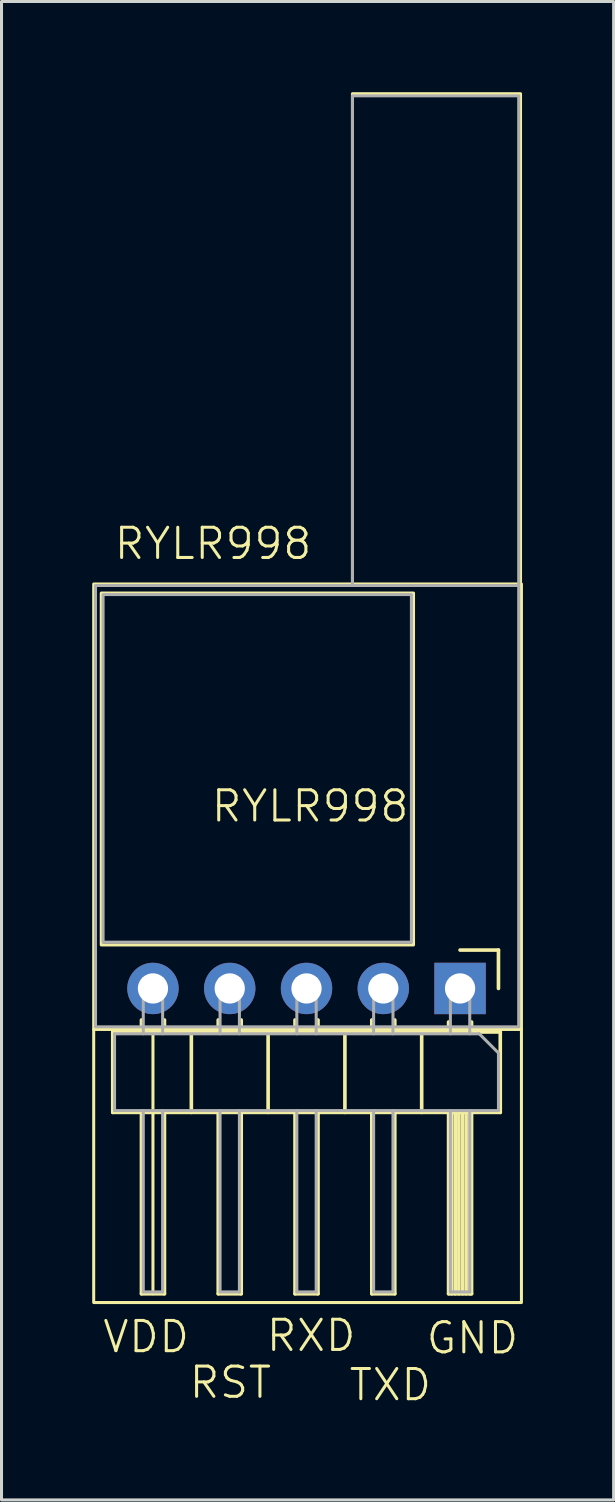
<source format=kicad_pcb>
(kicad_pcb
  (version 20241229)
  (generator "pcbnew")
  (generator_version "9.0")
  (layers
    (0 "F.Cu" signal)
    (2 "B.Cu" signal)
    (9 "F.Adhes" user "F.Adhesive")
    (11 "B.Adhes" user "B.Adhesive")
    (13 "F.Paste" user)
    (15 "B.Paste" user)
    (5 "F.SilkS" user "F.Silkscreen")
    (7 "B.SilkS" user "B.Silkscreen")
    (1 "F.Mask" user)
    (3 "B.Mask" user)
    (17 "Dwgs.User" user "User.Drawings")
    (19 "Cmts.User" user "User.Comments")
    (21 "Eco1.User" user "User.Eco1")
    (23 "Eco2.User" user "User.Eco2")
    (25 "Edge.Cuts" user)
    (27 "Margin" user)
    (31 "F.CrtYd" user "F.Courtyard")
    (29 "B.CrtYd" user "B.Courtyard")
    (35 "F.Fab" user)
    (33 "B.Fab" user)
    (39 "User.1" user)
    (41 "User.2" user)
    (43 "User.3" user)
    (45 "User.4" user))
  (footprint "RYLR998"
    (layer "F.Cu")
    (at 7.21 24.12)
    (property "Reference" "RYLR998" (at 0 -0.5 0) (unlocked yes) (layer "F.SilkS") (effects (font (size 1 1) (thickness 0.1))))
    (attr through_hole)
    (fp_line (start -6.53 6.97) (end -6.53 9.63) (stroke (width 0.12) (type solid)) (layer "F.SilkS"))
    (fp_line (start -6.53 9.63) (end 6.29 9.63) (stroke (width 0.12) (type solid)) (layer "F.SilkS"))
    (fp_line (start -5.58 6.573) (end -5.58 6.97) (stroke (width 0.12) (type solid)) (layer "F.SilkS"))
    (fp_line (start -5.58 15.63) (end -5.58 9.63) (stroke (width 0.12) (type solid)) (layer "F.SilkS"))
    (fp_line (start -5.2 15.63) (end -5.2 6.97) (stroke (width 0.1) (type default)) (layer "F.SilkS"))
    (fp_line (start -4.82 6.573) (end -4.82 6.97) (stroke (width 0.12) (type solid)) (layer "F.SilkS"))
    (fp_line (start -4.82 9.63) (end -4.82 15.63) (stroke (width 0.12) (type solid)) (layer "F.SilkS"))
    (fp_line (start -4.82 15.63) (end -5.58 15.63) (stroke (width 0.12) (type solid)) (layer "F.SilkS"))
    (fp_line (start -3.93 6.97) (end -3.93 9.63) (stroke (width 0.12) (type solid)) (layer "F.SilkS"))
    (fp_line (start -3.04 6.573) (end -3.04 6.97) (stroke (width 0.12) (type solid)) (layer "F.SilkS"))
    (fp_line (start -3.04 15.63) (end -3.04 9.63) (stroke (width 0.12) (type solid)) (layer "F.SilkS"))
    (fp_line (start -2.28 6.573) (end -2.28 6.97) (stroke (width 0.12) (type solid)) (layer "F.SilkS"))
    (fp_line (start -2.28 9.63) (end -2.28 15.63) (stroke (width 0.12) (type solid)) (layer "F.SilkS"))
    (fp_line (start -2.28 15.63) (end -3.04 15.63) (stroke (width 0.12) (type solid)) (layer "F.SilkS"))
    (fp_line (start -1.39 6.97) (end -1.39 9.63) (stroke (width 0.12) (type solid)) (layer "F.SilkS"))
    (fp_line (start -0.5 6.573) (end -0.5 6.97) (stroke (width 0.12) (type solid)) (layer "F.SilkS"))
    (fp_line (start -0.5 15.63) (end -0.5 9.63) (stroke (width 0.12) (type solid)) (layer "F.SilkS"))
    (fp_line (start 0.26 6.573) (end 0.26 6.97) (stroke (width 0.12) (type solid)) (layer "F.SilkS"))
    (fp_line (start 0.26 9.63) (end 0.26 15.63) (stroke (width 0.12) (type solid)) (layer "F.SilkS"))
    (fp_line (start 0.26 15.63) (end -0.5 15.63) (stroke (width 0.12) (type solid)) (layer "F.SilkS"))
    (fp_line (start 1.15 6.97) (end 1.15 9.63) (stroke (width 0.12) (type solid)) (layer "F.SilkS"))
    (fp_line (start 2.04 6.573) (end 2.04 6.97) (stroke (width 0.12) (type solid)) (layer "F.SilkS"))
    (fp_line (start 2.04 15.63) (end 2.04 9.63) (stroke (width 0.12) (type solid)) (layer "F.SilkS"))
    (fp_line (start 2.8 6.573) (end 2.8 6.97) (stroke (width 0.12) (type solid)) (layer "F.SilkS"))
    (fp_line (start 2.8 9.63) (end 2.8 15.63) (stroke (width 0.12) (type solid)) (layer "F.SilkS"))
    (fp_line (start 2.8 15.63) (end 2.04 15.63) (stroke (width 0.12) (type solid)) (layer "F.SilkS"))
    (fp_line (start 3.69 6.97) (end 3.69 9.63) (stroke (width 0.12) (type solid)) (layer "F.SilkS"))
    (fp_line (start 4.58 6.64) (end 4.58 6.97) (stroke (width 0.12) (type solid)) (layer "F.SilkS"))
    (fp_line (start 4.58 15.63) (end 4.58 9.63) (stroke (width 0.12) (type solid)) (layer "F.SilkS"))
    (fp_line (start 4.68 9.63) (end 4.68 15.63) (stroke (width 0.12) (type solid)) (layer "F.SilkS"))
    (fp_line (start 4.8 9.63) (end 4.8 15.63) (stroke (width 0.12) (type solid)) (layer "F.SilkS"))
    (fp_line (start 4.92 9.63) (end 4.92 15.63) (stroke (width 0.12) (type solid)) (layer "F.SilkS"))
    (fp_line (start 4.96 4.26) (end 6.23 4.26) (stroke (width 0.12) (type solid)) (layer "F.SilkS"))
    (fp_line (start 5.04 9.63) (end 5.04 15.63) (stroke (width 0.12) (type solid)) (layer "F.SilkS"))
    (fp_line (start 5.16 9.63) (end 5.16 15.63) (stroke (width 0.12) (type solid)) (layer "F.SilkS"))
    (fp_line (start 5.28 9.63) (end 5.28 15.63) (stroke (width 0.12) (type solid)) (layer "F.SilkS"))
    (fp_line (start 5.34 6.64) (end 5.34 6.97) (stroke (width 0.12) (type solid)) (layer "F.SilkS"))
    (fp_line (start 5.34 9.63) (end 5.34 15.63) (stroke (width 0.12) (type solid)) (layer "F.SilkS"))
    (fp_line (start 5.34 15.63) (end 4.58 15.63) (stroke (width 0.12) (type solid)) (layer "F.SilkS"))
    (fp_line (start 6.23 4.26) (end 6.23 5.53) (stroke (width 0.12) (type solid)) (layer "F.SilkS"))
    (fp_line (start 6.29 6.97) (end -6.53 6.97) (stroke (width 0.12) (type solid)) (layer "F.SilkS"))
    (fp_line (start 6.29 9.63) (end 6.29 6.97) (stroke (width 0.12) (type solid)) (layer "F.SilkS"))
    (fp_rect (start -7.16 -7.85) (end 6.99 6.88) (stroke (width 0.1) (type default)) (fill no) (layer "F.SilkS"))
    (fp_rect (start -7.16 6.88) (end 6.99 15.92) (stroke (width 0.1) (type default)) (fill no) (layer "F.SilkS"))
    (fp_rect (start -6.91 -7.55) (end 3.42 4.09) (stroke (width 0.1) (type default)) (fill no) (layer "F.SilkS"))
    (fp_rect (start 1.4 -24.07) (end 6.96 -7.8) (stroke (width 0.1) (type default)) (fill no) (layer "F.SilkS"))
    (fp_line (start -6.47 7.03) (end 5.595 7.03) (stroke (width 0.1) (type solid)) (layer "F.Fab"))
    (fp_line (start -6.47 9.57) (end -6.47 7.03) (stroke (width 0.1) (type solid)) (layer "F.Fab"))
    (fp_line (start -5.52 5.21) (end -5.52 7.03) (stroke (width 0.1) (type solid)) (layer "F.Fab"))
    (fp_line (start -5.52 9.57) (end -5.52 15.57) (stroke (width 0.1) (type solid)) (layer "F.Fab"))
    (fp_line (start -4.88 5.21) (end -5.52 5.21) (stroke (width 0.1) (type solid)) (layer "F.Fab"))
    (fp_line (start -4.88 5.21) (end -4.88 7.03) (stroke (width 0.1) (type solid)) (layer "F.Fab"))
    (fp_line (start -4.88 9.57) (end -4.88 15.57) (stroke (width 0.1) (type solid)) (layer "F.Fab"))
    (fp_line (start -4.88 15.57) (end -5.52 15.57) (stroke (width 0.1) (type solid)) (layer "F.Fab"))
    (fp_line (start -2.98 5.21) (end -2.98 7.03) (stroke (width 0.1) (type solid)) (layer "F.Fab"))
    (fp_line (start -2.98 9.57) (end -2.98 15.57) (stroke (width 0.1) (type solid)) (layer "F.Fab"))
    (fp_line (start -2.34 5.21) (end -2.98 5.21) (stroke (width 0.1) (type solid)) (layer "F.Fab"))
    (fp_line (start -2.34 5.21) (end -2.34 7.03) (stroke (width 0.1) (type solid)) (layer "F.Fab"))
    (fp_line (start -2.34 9.57) (end -2.34 15.57) (stroke (width 0.1) (type solid)) (layer "F.Fab"))
    (fp_line (start -2.34 15.57) (end -2.98 15.57) (stroke (width 0.1) (type solid)) (layer "F.Fab"))
    (fp_line (start -0.44 5.21) (end -0.44 7.03) (stroke (width 0.1) (type solid)) (layer "F.Fab"))
    (fp_line (start -0.44 9.57) (end -0.44 15.57) (stroke (width 0.1) (type solid)) (layer "F.Fab"))
    (fp_line (start 0.2 5.21) (end -0.44 5.21) (stroke (width 0.1) (type solid)) (layer "F.Fab"))
    (fp_line (start 0.2 5.21) (end 0.2 7.03) (stroke (width 0.1) (type solid)) (layer "F.Fab"))
    (fp_line (start 0.2 9.57) (end 0.2 15.57) (stroke (width 0.1) (type solid)) (layer "F.Fab"))
    (fp_line (start 0.2 15.57) (end -0.44 15.57) (stroke (width 0.1) (type solid)) (layer "F.Fab"))
    (fp_line (start 2.1 5.21) (end 2.1 7.03) (stroke (width 0.1) (type solid)) (layer "F.Fab"))
    (fp_line (start 2.1 9.57) (end 2.1 15.57) (stroke (width 0.1) (type solid)) (layer "F.Fab"))
    (fp_line (start 2.74 5.21) (end 2.1 5.21) (stroke (width 0.1) (type solid)) (layer "F.Fab"))
    (fp_line (start 2.74 5.21) (end 2.74 7.03) (stroke (width 0.1) (type solid)) (layer "F.Fab"))
    (fp_line (start 2.74 9.57) (end 2.74 15.57) (stroke (width 0.1) (type solid)) (layer "F.Fab"))
    (fp_line (start 2.74 15.57) (end 2.1 15.57) (stroke (width 0.1) (type solid)) (layer "F.Fab"))
    (fp_line (start 4.64 5.21) (end 4.64 7.03) (stroke (width 0.1) (type solid)) (layer "F.Fab"))
    (fp_line (start 4.64 9.57) (end 4.64 15.57) (stroke (width 0.1) (type solid)) (layer "F.Fab"))
    (fp_line (start 5.28 5.21) (end 4.64 5.21) (stroke (width 0.1) (type solid)) (layer "F.Fab"))
    (fp_line (start 5.28 5.21) (end 5.28 7.03) (stroke (width 0.1) (type solid)) (layer "F.Fab"))
    (fp_line (start 5.28 9.57) (end 5.28 15.57) (stroke (width 0.1) (type solid)) (layer "F.Fab"))
    (fp_line (start 5.28 15.57) (end 4.64 15.57) (stroke (width 0.1) (type solid)) (layer "F.Fab"))
    (fp_line (start 5.595 7.03) (end 6.23 7.665) (stroke (width 0.1) (type solid)) (layer "F.Fab"))
    (fp_line (start 6.23 7.665) (end 6.23 9.57) (stroke (width 0.1) (type solid)) (layer "F.Fab"))
    (fp_line (start 6.23 9.57) (end -6.47 9.57) (stroke (width 0.1) (type solid)) (layer "F.Fab"))
    (fp_rect (start -7.1 -7.8) (end 6.9 6.8) (stroke (width 0.1) (type default)) (fill no) (layer "F.Fab"))
    (fp_rect (start -6.85 -7.5) (end 3.35 4) (stroke (width 0.1) (type default)) (fill no) (layer "F.Fab"))
    (fp_rect (start 1.4 -7.8) (end 6.9 -24) (stroke (width 0.1) (type default)) (fill no) (layer "F.Fab"))
    (fp_text user "RXD" (at -1.51 17.6 0) (unlocked yes) (layer "F.SilkS") (effects (font (size 1 1) (thickness 0.1)) (justify left bottom)))
    (fp_text user "RYLR998" (at -6.54 -8.6 0) (unlocked yes) (layer "F.SilkS") (effects (font (size 1 1) (thickness 0.1)) (justify left bottom)))
    (fp_text user "GND" (at 3.78 17.68 0) (unlocked yes) (layer "F.SilkS") (effects (font (size 1 1) (thickness 0.1)) (justify left bottom)))
    (fp_text user "VDD" (at -6.92 17.64 0) (unlocked yes) (layer "F.SilkS") (effects (font (size 1 1) (thickness 0.1)) (justify left bottom)))
    (fp_text user "RST" (at -4.06 19.15 0) (unlocked yes) (layer "F.SilkS") (effects (font (size 1 1) (thickness 0.1)) (justify left bottom)))
    (fp_text user "TXD" (at 1.23 19.23 0) (unlocked yes) (layer "F.SilkS") (effects (font (size 1 1) (thickness 0.1)) (justify left bottom)))
    (pad "1" thru_hole oval (at -5.2 5.53 270) (size 1.7 1.7) (drill 1) (layers "*.Cu" "*.Mask"))
    (pad "2" thru_hole oval (at -2.66 5.53 270) (size 1.7 1.7) (drill 1) (layers "*.Cu" "*.Mask"))
    (pad "3" thru_hole oval (at -0.12 5.53 270) (size 1.7 1.7) (drill 1) (layers "*.Cu" "*.Mask"))
    (pad "4" thru_hole oval (at 2.42 5.53 270) (size 1.7 1.7) (drill 1) (layers "*.Cu" "*.Mask"))
    (pad "5" thru_hole rect (at 4.96 5.53 270) (size 1.7 1.7) (drill 1) (layers "*.Cu" "*.Mask")))
  (gr_rect
    (start -3 -3)
    (end 17.25 46.571)
    (stroke (width 0.1) (type default))
    (fill no)
    (layer "Edge.Cuts")))
</source>
